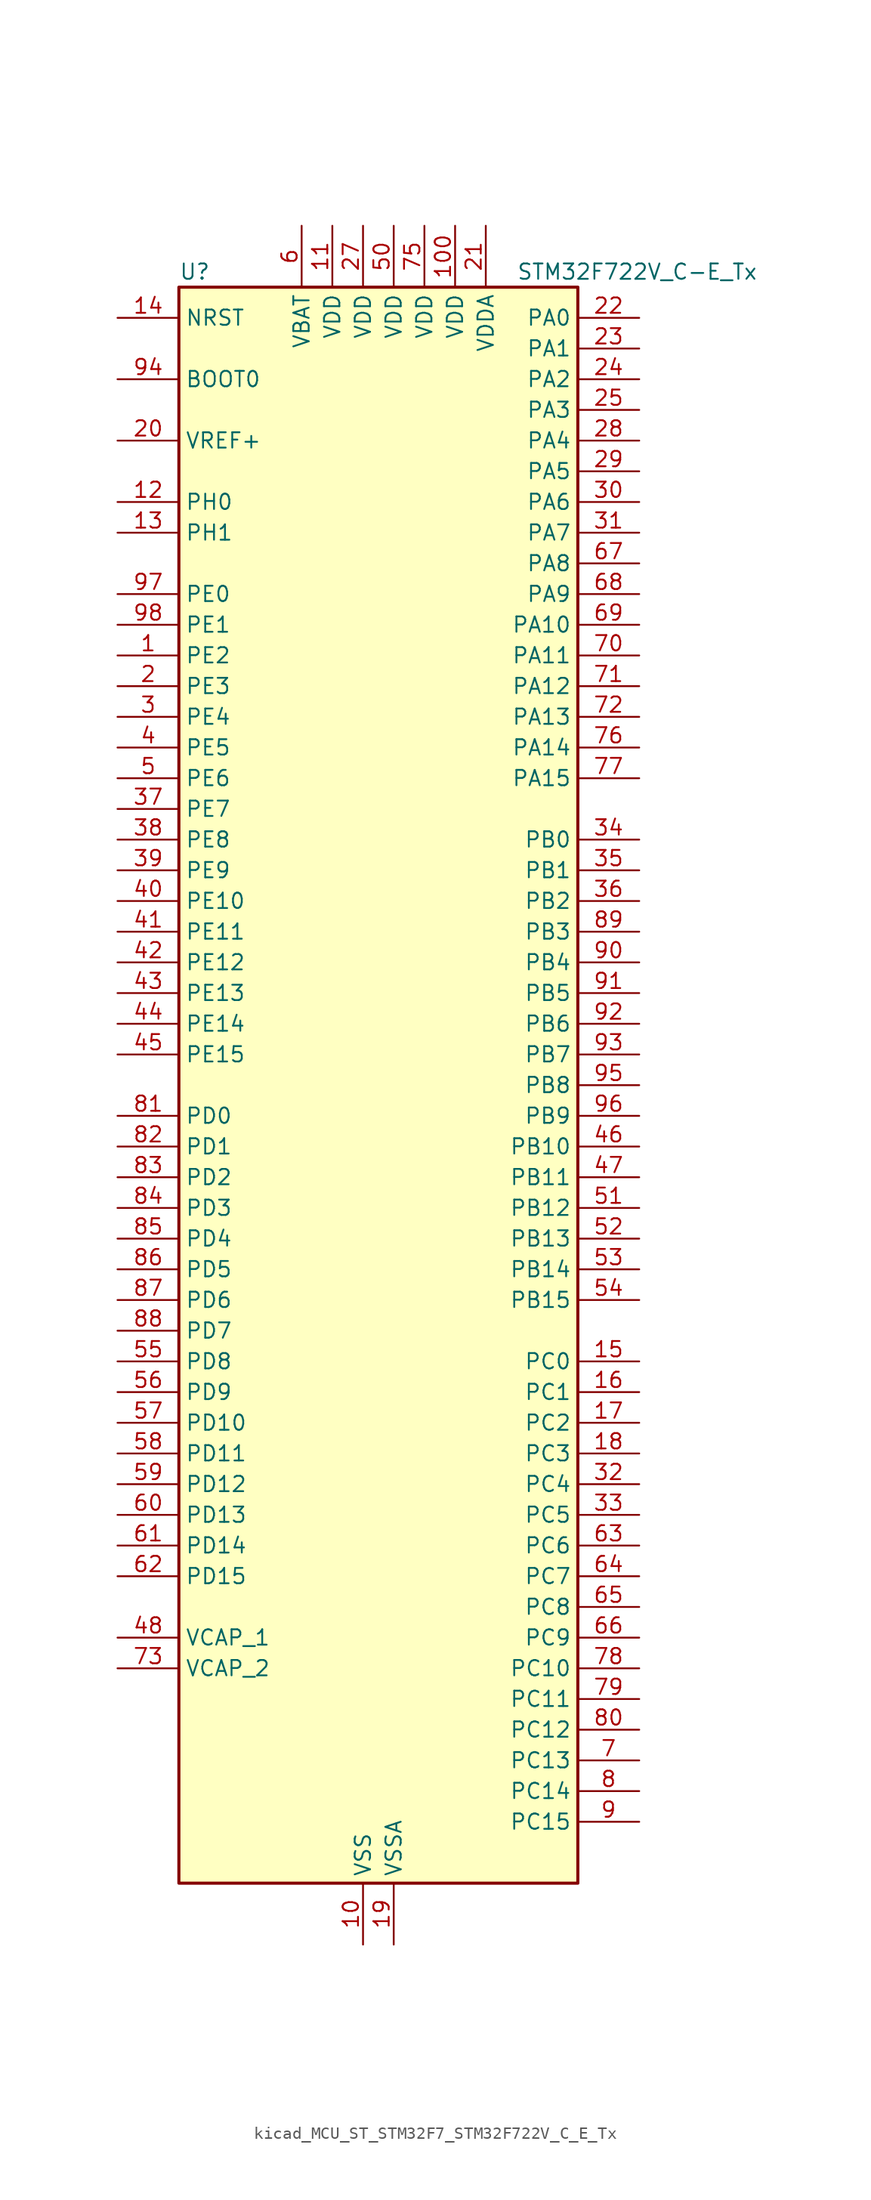
<source format=kicad_sym>
(kicad_symbol_lib
  (version 20220914)
  (generator kicad_symbol_editor)
  (symbol "kicad_MCU_ST_STM32F7_STM32F722V_C_E_Tx"
    (property "Reference" "U"
      (at -15.24 67.31 0)
      (effects (font (size 1.27 1.27)) (justify left)))
    (property "Value" "STM32F722V_C-E_Tx"
      (at 12.7 67.31 0)
      (effects (font (size 1.27 1.27)) (justify left)))
    (property "ki_locked" ""
      (at 0 0 0)
      (effects (font (size 1.27 1.27))))
    (symbol "kicad_MCU_ST_STM32F7_STM32F722V_C_E_Tx_0_1"
      (rectangle (start -15.24 -66.04) (end 17.78 66.04) (stroke (width 0.254) (type default)) (fill (type background))))
    (symbol "kicad_MCU_ST_STM32F7_STM32F722V_C_E_Tx_1_1"
      (pin bidirectional line (at -20.32 35.56 0) (length 5.08) (name "PE2" (effects (font (size 1.27 1.27)))) (number "1" (effects (font (size 1.27 1.27)))) (alternate "FMC_A23" bidirectional line) (alternate "QUADSPI_BK1_IO2" bidirectional line) (alternate "SAI1_MCLK_A" bidirectional line) (alternate "SPI4_SCK" bidirectional line) (alternate "SYS_TRACECLK" bidirectional line))
      (pin power_in line (at 0 -71.12 90) (length 5.08) (name "VSS" (effects (font (size 1.27 1.27)))) (number "10" (effects (font (size 1.27 1.27)))))
      (pin power_in line (at 7.62 71.12 270) (length 5.08) (name "VDD" (effects (font (size 1.27 1.27)))) (number "100" (effects (font (size 1.27 1.27)))))
      (pin power_in line (at -2.54 71.12 270) (length 5.08) (name "VDD" (effects (font (size 1.27 1.27)))) (number "11" (effects (font (size 1.27 1.27)))))
      (pin bidirectional line (at -20.32 48.26 0) (length 5.08) (name "PH0" (effects (font (size 1.27 1.27)))) (number "12" (effects (font (size 1.27 1.27)))) (alternate "RCC_OSC_IN" bidirectional line))
      (pin bidirectional line (at -20.32 45.72 0) (length 5.08) (name "PH1" (effects (font (size 1.27 1.27)))) (number "13" (effects (font (size 1.27 1.27)))) (alternate "RCC_OSC_OUT" bidirectional line))
      (pin input line (at -20.32 63.5 0) (length 5.08) (name "NRST" (effects (font (size 1.27 1.27)))) (number "14" (effects (font (size 1.27 1.27)))))
      (pin bidirectional line (at 22.86 -22.86 180) (length 5.08) (name "PC0" (effects (font (size 1.27 1.27)))) (number "15" (effects (font (size 1.27 1.27)))) (alternate "ADC1_IN10" bidirectional line) (alternate "ADC2_IN10" bidirectional line) (alternate "ADC3_IN10" bidirectional line) (alternate "FMC_SDNWE" bidirectional line) (alternate "SAI2_FS_B" bidirectional line) (alternate "USB_OTG_HS_ULPI_STP" bidirectional line))
      (pin bidirectional line (at 22.86 -25.4 180) (length 5.08) (name "PC1" (effects (font (size 1.27 1.27)))) (number "16" (effects (font (size 1.27 1.27)))) (alternate "ADC1_IN11" bidirectional line) (alternate "ADC2_IN11" bidirectional line) (alternate "ADC3_IN11" bidirectional line) (alternate "I2S2_SD" bidirectional line) (alternate "RTC_TAMP3" bidirectional line) (alternate "RTC_TS" bidirectional line) (alternate "SAI1_SD_A" bidirectional line) (alternate "SPI2_MOSI" bidirectional line) (alternate "SYS_TRACED0" bidirectional line) (alternate "SYS_WKUP3" bidirectional line))
      (pin bidirectional line (at 22.86 -27.94 180) (length 5.08) (name "PC2" (effects (font (size 1.27 1.27)))) (number "17" (effects (font (size 1.27 1.27)))) (alternate "ADC1_IN12" bidirectional line) (alternate "ADC2_IN12" bidirectional line) (alternate "ADC3_IN12" bidirectional line) (alternate "FMC_SDNE0" bidirectional line) (alternate "SPI2_MISO" bidirectional line) (alternate "USB_OTG_HS_ULPI_DIR" bidirectional line))
      (pin bidirectional line (at 22.86 -30.48 180) (length 5.08) (name "PC3" (effects (font (size 1.27 1.27)))) (number "18" (effects (font (size 1.27 1.27)))) (alternate "ADC1_IN13" bidirectional line) (alternate "ADC2_IN13" bidirectional line) (alternate "ADC3_IN13" bidirectional line) (alternate "FMC_SDCKE0" bidirectional line) (alternate "I2S2_SD" bidirectional line) (alternate "SPI2_MOSI" bidirectional line) (alternate "USB_OTG_HS_ULPI_NXT" bidirectional line))
      (pin power_in line (at 2.54 -71.12 90) (length 5.08) (name "VSSA" (effects (font (size 1.27 1.27)))) (number "19" (effects (font (size 1.27 1.27)))))
      (pin bidirectional line (at -20.32 33.02 0) (length 5.08) (name "PE3" (effects (font (size 1.27 1.27)))) (number "2" (effects (font (size 1.27 1.27)))) (alternate "FMC_A19" bidirectional line) (alternate "SAI1_SD_B" bidirectional line) (alternate "SYS_TRACED0" bidirectional line))
      (pin input line (at -20.32 53.34 0) (length 5.08) (name "VREF+" (effects (font (size 1.27 1.27)))) (number "20" (effects (font (size 1.27 1.27)))))
      (pin power_in line (at 10.16 71.12 270) (length 5.08) (name "VDDA" (effects (font (size 1.27 1.27)))) (number "21" (effects (font (size 1.27 1.27)))))
      (pin bidirectional line (at 22.86 63.5 180) (length 5.08) (name "PA0" (effects (font (size 1.27 1.27)))) (number "22" (effects (font (size 1.27 1.27)))) (alternate "ADC1_IN0" bidirectional line) (alternate "ADC2_IN0" bidirectional line) (alternate "ADC3_IN0" bidirectional line) (alternate "SAI2_SD_B" bidirectional line) (alternate "SYS_WKUP1" bidirectional line) (alternate "TIM2_CH1" bidirectional line) (alternate "TIM2_ETR" bidirectional line) (alternate "TIM5_CH1" bidirectional line) (alternate "TIM8_ETR" bidirectional line) (alternate "UART4_TX" bidirectional line) (alternate "USART2_CTS" bidirectional line))
      (pin bidirectional line (at 22.86 60.96 180) (length 5.08) (name "PA1" (effects (font (size 1.27 1.27)))) (number "23" (effects (font (size 1.27 1.27)))) (alternate "ADC1_IN1" bidirectional line) (alternate "ADC2_IN1" bidirectional line) (alternate "ADC3_IN1" bidirectional line) (alternate "QUADSPI_BK1_IO3" bidirectional line) (alternate "SAI2_MCLK_B" bidirectional line) (alternate "TIM2_CH2" bidirectional line) (alternate "TIM5_CH2" bidirectional line) (alternate "UART4_RX" bidirectional line) (alternate "USART2_DE" bidirectional line) (alternate "USART2_RTS" bidirectional line))
      (pin bidirectional line (at 22.86 58.42 180) (length 5.08) (name "PA2" (effects (font (size 1.27 1.27)))) (number "24" (effects (font (size 1.27 1.27)))) (alternate "ADC1_IN2" bidirectional line) (alternate "ADC2_IN2" bidirectional line) (alternate "ADC3_IN2" bidirectional line) (alternate "SAI2_SCK_B" bidirectional line) (alternate "SYS_WKUP2" bidirectional line) (alternate "TIM2_CH3" bidirectional line) (alternate "TIM5_CH3" bidirectional line) (alternate "TIM9_CH1" bidirectional line) (alternate "USART2_TX" bidirectional line))
      (pin bidirectional line (at 22.86 55.88 180) (length 5.08) (name "PA3" (effects (font (size 1.27 1.27)))) (number "25" (effects (font (size 1.27 1.27)))) (alternate "ADC1_IN3" bidirectional line) (alternate "ADC2_IN3" bidirectional line) (alternate "ADC3_IN3" bidirectional line) (alternate "TIM2_CH4" bidirectional line) (alternate "TIM5_CH4" bidirectional line) (alternate "TIM9_CH2" bidirectional line) (alternate "USART2_RX" bidirectional line) (alternate "USB_OTG_HS_ULPI_D0" bidirectional line))
      (pin passive line (at 0 -71.12 90) (length 5.08) hide (name "VSS" (effects (font (size 1.27 1.27)))) (number "26" (effects (font (size 1.27 1.27)))))
      (pin power_in line (at 0 71.12 270) (length 5.08) (name "VDD" (effects (font (size 1.27 1.27)))) (number "27" (effects (font (size 1.27 1.27)))))
      (pin bidirectional line (at 22.86 53.34 180) (length 5.08) (name "PA4" (effects (font (size 1.27 1.27)))) (number "28" (effects (font (size 1.27 1.27)))) (alternate "ADC1_IN4" bidirectional line) (alternate "ADC2_IN4" bidirectional line) (alternate "DAC_OUT1" bidirectional line) (alternate "I2S1_WS" bidirectional line) (alternate "I2S3_WS" bidirectional line) (alternate "SPI1_NSS" bidirectional line) (alternate "SPI3_NSS" bidirectional line) (alternate "USART2_CK" bidirectional line) (alternate "USB_OTG_HS_SOF" bidirectional line))
      (pin bidirectional line (at 22.86 50.8 180) (length 5.08) (name "PA5" (effects (font (size 1.27 1.27)))) (number "29" (effects (font (size 1.27 1.27)))) (alternate "ADC1_IN5" bidirectional line) (alternate "ADC2_IN5" bidirectional line) (alternate "DAC_OUT2" bidirectional line) (alternate "I2S1_CK" bidirectional line) (alternate "SPI1_SCK" bidirectional line) (alternate "TIM2_CH1" bidirectional line) (alternate "TIM2_ETR" bidirectional line) (alternate "TIM8_CH1N" bidirectional line) (alternate "USB_OTG_HS_ULPI_CK" bidirectional line))
      (pin bidirectional line (at -20.32 30.48 0) (length 5.08) (name "PE4" (effects (font (size 1.27 1.27)))) (number "3" (effects (font (size 1.27 1.27)))) (alternate "FMC_A20" bidirectional line) (alternate "SAI1_FS_A" bidirectional line) (alternate "SPI4_NSS" bidirectional line) (alternate "SYS_TRACED1" bidirectional line))
      (pin bidirectional line (at 22.86 48.26 180) (length 5.08) (name "PA6" (effects (font (size 1.27 1.27)))) (number "30" (effects (font (size 1.27 1.27)))) (alternate "ADC1_IN6" bidirectional line) (alternate "ADC2_IN6" bidirectional line) (alternate "SPI1_MISO" bidirectional line) (alternate "TIM13_CH1" bidirectional line) (alternate "TIM1_BKIN" bidirectional line) (alternate "TIM3_CH1" bidirectional line) (alternate "TIM8_BKIN" bidirectional line))
      (pin bidirectional line (at 22.86 45.72 180) (length 5.08) (name "PA7" (effects (font (size 1.27 1.27)))) (number "31" (effects (font (size 1.27 1.27)))) (alternate "ADC1_IN7" bidirectional line) (alternate "ADC2_IN7" bidirectional line) (alternate "FMC_SDNWE" bidirectional line) (alternate "I2S1_SD" bidirectional line) (alternate "SPI1_MOSI" bidirectional line) (alternate "TIM14_CH1" bidirectional line) (alternate "TIM1_CH1N" bidirectional line) (alternate "TIM3_CH2" bidirectional line) (alternate "TIM8_CH1N" bidirectional line))
      (pin bidirectional line (at 22.86 -33.02 180) (length 5.08) (name "PC4" (effects (font (size 1.27 1.27)))) (number "32" (effects (font (size 1.27 1.27)))) (alternate "ADC1_IN14" bidirectional line) (alternate "ADC2_IN14" bidirectional line) (alternate "FMC_SDNE0" bidirectional line) (alternate "I2S1_MCK" bidirectional line))
      (pin bidirectional line (at 22.86 -35.56 180) (length 5.08) (name "PC5" (effects (font (size 1.27 1.27)))) (number "33" (effects (font (size 1.27 1.27)))) (alternate "ADC1_IN15" bidirectional line) (alternate "ADC2_IN15" bidirectional line) (alternate "FMC_SDCKE0" bidirectional line))
      (pin bidirectional line (at 22.86 20.32 180) (length 5.08) (name "PB0" (effects (font (size 1.27 1.27)))) (number "34" (effects (font (size 1.27 1.27)))) (alternate "ADC1_IN8" bidirectional line) (alternate "ADC2_IN8" bidirectional line) (alternate "TIM1_CH2N" bidirectional line) (alternate "TIM3_CH3" bidirectional line) (alternate "TIM8_CH2N" bidirectional line) (alternate "UART4_CTS" bidirectional line) (alternate "USB_OTG_HS_ULPI_D1" bidirectional line))
      (pin bidirectional line (at 22.86 17.78 180) (length 5.08) (name "PB1" (effects (font (size 1.27 1.27)))) (number "35" (effects (font (size 1.27 1.27)))) (alternate "ADC1_IN9" bidirectional line) (alternate "ADC2_IN9" bidirectional line) (alternate "TIM1_CH3N" bidirectional line) (alternate "TIM3_CH4" bidirectional line) (alternate "TIM8_CH3N" bidirectional line) (alternate "USB_OTG_HS_ULPI_D2" bidirectional line))
      (pin bidirectional line (at 22.86 15.24 180) (length 5.08) (name "PB2" (effects (font (size 1.27 1.27)))) (number "36" (effects (font (size 1.27 1.27)))) (alternate "I2S3_SD" bidirectional line) (alternate "QUADSPI_CLK" bidirectional line) (alternate "SAI1_SD_A" bidirectional line) (alternate "SPI3_MOSI" bidirectional line))
      (pin bidirectional line (at -20.32 22.86 0) (length 5.08) (name "PE7" (effects (font (size 1.27 1.27)))) (number "37" (effects (font (size 1.27 1.27)))) (alternate "FMC_D4" bidirectional line) (alternate "FMC_DA4" bidirectional line) (alternate "QUADSPI_BK2_IO0" bidirectional line) (alternate "TIM1_ETR" bidirectional line) (alternate "UART7_RX" bidirectional line))
      (pin bidirectional line (at -20.32 20.32 0) (length 5.08) (name "PE8" (effects (font (size 1.27 1.27)))) (number "38" (effects (font (size 1.27 1.27)))) (alternate "FMC_D5" bidirectional line) (alternate "FMC_DA5" bidirectional line) (alternate "QUADSPI_BK2_IO1" bidirectional line) (alternate "TIM1_CH1N" bidirectional line) (alternate "UART7_TX" bidirectional line))
      (pin bidirectional line (at -20.32 17.78 0) (length 5.08) (name "PE9" (effects (font (size 1.27 1.27)))) (number "39" (effects (font (size 1.27 1.27)))) (alternate "DAC_EXTI9" bidirectional line) (alternate "FMC_D6" bidirectional line) (alternate "FMC_DA6" bidirectional line) (alternate "QUADSPI_BK2_IO2" bidirectional line) (alternate "TIM1_CH1" bidirectional line) (alternate "UART7_DE" bidirectional line) (alternate "UART7_RTS" bidirectional line))
      (pin bidirectional line (at -20.32 27.94 0) (length 5.08) (name "PE5" (effects (font (size 1.27 1.27)))) (number "4" (effects (font (size 1.27 1.27)))) (alternate "FMC_A21" bidirectional line) (alternate "SAI1_SCK_A" bidirectional line) (alternate "SPI4_MISO" bidirectional line) (alternate "SYS_TRACED2" bidirectional line) (alternate "TIM9_CH1" bidirectional line))
      (pin bidirectional line (at -20.32 15.24 0) (length 5.08) (name "PE10" (effects (font (size 1.27 1.27)))) (number "40" (effects (font (size 1.27 1.27)))) (alternate "FMC_D7" bidirectional line) (alternate "FMC_DA7" bidirectional line) (alternate "QUADSPI_BK2_IO3" bidirectional line) (alternate "TIM1_CH2N" bidirectional line) (alternate "UART7_CTS" bidirectional line))
      (pin bidirectional line (at -20.32 12.7 0) (length 5.08) (name "PE11" (effects (font (size 1.27 1.27)))) (number "41" (effects (font (size 1.27 1.27)))) (alternate "ADC1_EXTI11" bidirectional line) (alternate "ADC2_EXTI11" bidirectional line) (alternate "ADC3_EXTI11" bidirectional line) (alternate "FMC_D8" bidirectional line) (alternate "FMC_DA8" bidirectional line) (alternate "SAI2_SD_B" bidirectional line) (alternate "SPI4_NSS" bidirectional line) (alternate "TIM1_CH2" bidirectional line))
      (pin bidirectional line (at -20.32 10.16 0) (length 5.08) (name "PE12" (effects (font (size 1.27 1.27)))) (number "42" (effects (font (size 1.27 1.27)))) (alternate "FMC_D9" bidirectional line) (alternate "FMC_DA9" bidirectional line) (alternate "SAI2_SCK_B" bidirectional line) (alternate "SPI4_SCK" bidirectional line) (alternate "TIM1_CH3N" bidirectional line))
      (pin bidirectional line (at -20.32 7.62 0) (length 5.08) (name "PE13" (effects (font (size 1.27 1.27)))) (number "43" (effects (font (size 1.27 1.27)))) (alternate "FMC_D10" bidirectional line) (alternate "FMC_DA10" bidirectional line) (alternate "SAI2_FS_B" bidirectional line) (alternate "SPI4_MISO" bidirectional line) (alternate "TIM1_CH3" bidirectional line))
      (pin bidirectional line (at -20.32 5.08 0) (length 5.08) (name "PE14" (effects (font (size 1.27 1.27)))) (number "44" (effects (font (size 1.27 1.27)))) (alternate "FMC_D11" bidirectional line) (alternate "FMC_DA11" bidirectional line) (alternate "SAI2_MCLK_B" bidirectional line) (alternate "SPI4_MOSI" bidirectional line) (alternate "TIM1_CH4" bidirectional line))
      (pin bidirectional line (at -20.32 2.54 0) (length 5.08) (name "PE15" (effects (font (size 1.27 1.27)))) (number "45" (effects (font (size 1.27 1.27)))) (alternate "FMC_D12" bidirectional line) (alternate "FMC_DA12" bidirectional line) (alternate "TIM1_BKIN" bidirectional line))
      (pin bidirectional line (at 22.86 -5.08 180) (length 5.08) (name "PB10" (effects (font (size 1.27 1.27)))) (number "46" (effects (font (size 1.27 1.27)))) (alternate "I2C2_SCL" bidirectional line) (alternate "I2S2_CK" bidirectional line) (alternate "SPI2_SCK" bidirectional line) (alternate "TIM2_CH3" bidirectional line) (alternate "USART3_TX" bidirectional line) (alternate "USB_OTG_HS_ULPI_D3" bidirectional line))
      (pin bidirectional line (at 22.86 -7.62 180) (length 5.08) (name "PB11" (effects (font (size 1.27 1.27)))) (number "47" (effects (font (size 1.27 1.27)))) (alternate "ADC1_EXTI11" bidirectional line) (alternate "ADC2_EXTI11" bidirectional line) (alternate "ADC3_EXTI11" bidirectional line) (alternate "I2C2_SDA" bidirectional line) (alternate "TIM2_CH4" bidirectional line) (alternate "USART3_RX" bidirectional line) (alternate "USB_OTG_HS_ULPI_D4" bidirectional line))
      (pin power_out line (at -20.32 -45.72 0) (length 5.08) (name "VCAP_1" (effects (font (size 1.27 1.27)))) (number "48" (effects (font (size 1.27 1.27)))))
      (pin passive line (at 0 -71.12 90) (length 5.08) hide (name "VSS" (effects (font (size 1.27 1.27)))) (number "49" (effects (font (size 1.27 1.27)))))
      (pin bidirectional line (at -20.32 25.4 0) (length 5.08) (name "PE6" (effects (font (size 1.27 1.27)))) (number "5" (effects (font (size 1.27 1.27)))) (alternate "FMC_A22" bidirectional line) (alternate "SAI1_SD_A" bidirectional line) (alternate "SAI2_MCLK_B" bidirectional line) (alternate "SPI4_MOSI" bidirectional line) (alternate "SYS_TRACED3" bidirectional line) (alternate "TIM1_BKIN2" bidirectional line) (alternate "TIM9_CH2" bidirectional line))
      (pin power_in line (at 2.54 71.12 270) (length 5.08) (name "VDD" (effects (font (size 1.27 1.27)))) (number "50" (effects (font (size 1.27 1.27)))))
      (pin bidirectional line (at 22.86 -10.16 180) (length 5.08) (name "PB12" (effects (font (size 1.27 1.27)))) (number "51" (effects (font (size 1.27 1.27)))) (alternate "I2C2_SMBA" bidirectional line) (alternate "I2S2_WS" bidirectional line) (alternate "SPI2_NSS" bidirectional line) (alternate "TIM1_BKIN" bidirectional line) (alternate "USART3_CK" bidirectional line) (alternate "USB_OTG_HS_ID" bidirectional line) (alternate "USB_OTG_HS_ULPI_D5" bidirectional line))
      (pin bidirectional line (at 22.86 -12.7 180) (length 5.08) (name "PB13" (effects (font (size 1.27 1.27)))) (number "52" (effects (font (size 1.27 1.27)))) (alternate "I2S2_CK" bidirectional line) (alternate "SPI2_SCK" bidirectional line) (alternate "TIM1_CH1N" bidirectional line) (alternate "USART3_CTS" bidirectional line) (alternate "USB_OTG_HS_ULPI_D6" bidirectional line) (alternate "USB_OTG_HS_VBUS" bidirectional line))
      (pin bidirectional line (at 22.86 -15.24 180) (length 5.08) (name "PB14" (effects (font (size 1.27 1.27)))) (number "53" (effects (font (size 1.27 1.27)))) (alternate "SDMMC2_D0" bidirectional line) (alternate "SPI2_MISO" bidirectional line) (alternate "TIM12_CH1" bidirectional line) (alternate "TIM1_CH2N" bidirectional line) (alternate "TIM8_CH2N" bidirectional line) (alternate "USART3_DE" bidirectional line) (alternate "USART3_RTS" bidirectional line) (alternate "USB_OTG_HS_DM" bidirectional line))
      (pin bidirectional line (at 22.86 -17.78 180) (length 5.08) (name "PB15" (effects (font (size 1.27 1.27)))) (number "54" (effects (font (size 1.27 1.27)))) (alternate "I2S2_SD" bidirectional line) (alternate "RTC_REFIN" bidirectional line) (alternate "SDMMC2_D1" bidirectional line) (alternate "SPI2_MOSI" bidirectional line) (alternate "TIM12_CH2" bidirectional line) (alternate "TIM1_CH3N" bidirectional line) (alternate "TIM8_CH3N" bidirectional line) (alternate "USB_OTG_HS_DP" bidirectional line))
      (pin bidirectional line (at -20.32 -22.86 0) (length 5.08) (name "PD8" (effects (font (size 1.27 1.27)))) (number "55" (effects (font (size 1.27 1.27)))) (alternate "FMC_D13" bidirectional line) (alternate "FMC_DA13" bidirectional line) (alternate "USART3_TX" bidirectional line))
      (pin bidirectional line (at -20.32 -25.4 0) (length 5.08) (name "PD9" (effects (font (size 1.27 1.27)))) (number "56" (effects (font (size 1.27 1.27)))) (alternate "DAC_EXTI9" bidirectional line) (alternate "FMC_D14" bidirectional line) (alternate "FMC_DA14" bidirectional line) (alternate "USART3_RX" bidirectional line))
      (pin bidirectional line (at -20.32 -27.94 0) (length 5.08) (name "PD10" (effects (font (size 1.27 1.27)))) (number "57" (effects (font (size 1.27 1.27)))) (alternate "FMC_D15" bidirectional line) (alternate "FMC_DA15" bidirectional line) (alternate "USART3_CK" bidirectional line))
      (pin bidirectional line (at -20.32 -30.48 0) (length 5.08) (name "PD11" (effects (font (size 1.27 1.27)))) (number "58" (effects (font (size 1.27 1.27)))) (alternate "ADC1_EXTI11" bidirectional line) (alternate "ADC2_EXTI11" bidirectional line) (alternate "ADC3_EXTI11" bidirectional line) (alternate "FMC_A16" bidirectional line) (alternate "FMC_CLE" bidirectional line) (alternate "QUADSPI_BK1_IO0" bidirectional line) (alternate "SAI2_SD_A" bidirectional line) (alternate "USART3_CTS" bidirectional line))
      (pin bidirectional line (at -20.32 -33.02 0) (length 5.08) (name "PD12" (effects (font (size 1.27 1.27)))) (number "59" (effects (font (size 1.27 1.27)))) (alternate "FMC_A17" bidirectional line) (alternate "FMC_ALE" bidirectional line) (alternate "LPTIM1_IN1" bidirectional line) (alternate "QUADSPI_BK1_IO1" bidirectional line) (alternate "SAI2_FS_A" bidirectional line) (alternate "TIM4_CH1" bidirectional line) (alternate "USART3_DE" bidirectional line) (alternate "USART3_RTS" bidirectional line))
      (pin power_in line (at -5.08 71.12 270) (length 5.08) (name "VBAT" (effects (font (size 1.27 1.27)))) (number "6" (effects (font (size 1.27 1.27)))))
      (pin bidirectional line (at -20.32 -35.56 0) (length 5.08) (name "PD13" (effects (font (size 1.27 1.27)))) (number "60" (effects (font (size 1.27 1.27)))) (alternate "FMC_A18" bidirectional line) (alternate "LPTIM1_OUT" bidirectional line) (alternate "QUADSPI_BK1_IO3" bidirectional line) (alternate "SAI2_SCK_A" bidirectional line) (alternate "TIM4_CH2" bidirectional line))
      (pin bidirectional line (at -20.32 -38.1 0) (length 5.08) (name "PD14" (effects (font (size 1.27 1.27)))) (number "61" (effects (font (size 1.27 1.27)))) (alternate "FMC_D0" bidirectional line) (alternate "FMC_DA0" bidirectional line) (alternate "TIM4_CH3" bidirectional line) (alternate "UART8_CTS" bidirectional line))
      (pin bidirectional line (at -20.32 -40.64 0) (length 5.08) (name "PD15" (effects (font (size 1.27 1.27)))) (number "62" (effects (font (size 1.27 1.27)))) (alternate "FMC_D1" bidirectional line) (alternate "FMC_DA1" bidirectional line) (alternate "TIM4_CH4" bidirectional line) (alternate "UART8_DE" bidirectional line) (alternate "UART8_RTS" bidirectional line))
      (pin bidirectional line (at 22.86 -38.1 180) (length 5.08) (name "PC6" (effects (font (size 1.27 1.27)))) (number "63" (effects (font (size 1.27 1.27)))) (alternate "I2S2_MCK" bidirectional line) (alternate "SDMMC1_D6" bidirectional line) (alternate "SDMMC2_D6" bidirectional line) (alternate "TIM3_CH1" bidirectional line) (alternate "TIM8_CH1" bidirectional line) (alternate "USART6_TX" bidirectional line))
      (pin bidirectional line (at 22.86 -40.64 180) (length 5.08) (name "PC7" (effects (font (size 1.27 1.27)))) (number "64" (effects (font (size 1.27 1.27)))) (alternate "I2S3_MCK" bidirectional line) (alternate "SDMMC1_D7" bidirectional line) (alternate "SDMMC2_D7" bidirectional line) (alternate "TIM3_CH2" bidirectional line) (alternate "TIM8_CH2" bidirectional line) (alternate "USART6_RX" bidirectional line))
      (pin bidirectional line (at 22.86 -43.18 180) (length 5.08) (name "PC8" (effects (font (size 1.27 1.27)))) (number "65" (effects (font (size 1.27 1.27)))) (alternate "SDMMC1_D0" bidirectional line) (alternate "SYS_TRACED1" bidirectional line) (alternate "TIM3_CH3" bidirectional line) (alternate "TIM8_CH3" bidirectional line) (alternate "UART5_DE" bidirectional line) (alternate "UART5_RTS" bidirectional line) (alternate "USART6_CK" bidirectional line))
      (pin bidirectional line (at 22.86 -45.72 180) (length 5.08) (name "PC9" (effects (font (size 1.27 1.27)))) (number "66" (effects (font (size 1.27 1.27)))) (alternate "DAC_EXTI9" bidirectional line) (alternate "I2C3_SDA" bidirectional line) (alternate "I2S_CKIN" bidirectional line) (alternate "QUADSPI_BK1_IO0" bidirectional line) (alternate "RCC_MCO_2" bidirectional line) (alternate "SDMMC1_D1" bidirectional line) (alternate "TIM3_CH4" bidirectional line) (alternate "TIM8_CH4" bidirectional line) (alternate "UART5_CTS" bidirectional line))
      (pin bidirectional line (at 22.86 43.18 180) (length 5.08) (name "PA8" (effects (font (size 1.27 1.27)))) (number "67" (effects (font (size 1.27 1.27)))) (alternate "I2C3_SCL" bidirectional line) (alternate "RCC_MCO_1" bidirectional line) (alternate "TIM1_CH1" bidirectional line) (alternate "TIM8_BKIN2" bidirectional line) (alternate "USART1_CK" bidirectional line) (alternate "USB_OTG_FS_SOF" bidirectional line))
      (pin bidirectional line (at 22.86 40.64 180) (length 5.08) (name "PA9" (effects (font (size 1.27 1.27)))) (number "68" (effects (font (size 1.27 1.27)))) (alternate "DAC_EXTI9" bidirectional line) (alternate "I2C3_SMBA" bidirectional line) (alternate "I2S2_CK" bidirectional line) (alternate "SPI2_SCK" bidirectional line) (alternate "TIM1_CH2" bidirectional line) (alternate "USART1_TX" bidirectional line) (alternate "USB_OTG_FS_VBUS" bidirectional line))
      (pin bidirectional line (at 22.86 38.1 180) (length 5.08) (name "PA10" (effects (font (size 1.27 1.27)))) (number "69" (effects (font (size 1.27 1.27)))) (alternate "TIM1_CH3" bidirectional line) (alternate "USART1_RX" bidirectional line) (alternate "USB_OTG_FS_ID" bidirectional line))
      (pin bidirectional line (at 22.86 -55.88 180) (length 5.08) (name "PC13" (effects (font (size 1.27 1.27)))) (number "7" (effects (font (size 1.27 1.27)))) (alternate "RTC_OUT" bidirectional line) (alternate "RTC_TAMP1" bidirectional line) (alternate "RTC_TS" bidirectional line) (alternate "SYS_WKUP4" bidirectional line))
      (pin bidirectional line (at 22.86 35.56 180) (length 5.08) (name "PA11" (effects (font (size 1.27 1.27)))) (number "70" (effects (font (size 1.27 1.27)))) (alternate "ADC1_EXTI11" bidirectional line) (alternate "ADC2_EXTI11" bidirectional line) (alternate "ADC3_EXTI11" bidirectional line) (alternate "CAN1_RX" bidirectional line) (alternate "TIM1_CH4" bidirectional line) (alternate "USART1_CTS" bidirectional line) (alternate "USB_OTG_FS_DM" bidirectional line))
      (pin bidirectional line (at 22.86 33.02 180) (length 5.08) (name "PA12" (effects (font (size 1.27 1.27)))) (number "71" (effects (font (size 1.27 1.27)))) (alternate "CAN1_TX" bidirectional line) (alternate "SAI2_FS_B" bidirectional line) (alternate "TIM1_ETR" bidirectional line) (alternate "USART1_DE" bidirectional line) (alternate "USART1_RTS" bidirectional line) (alternate "USB_OTG_FS_DP" bidirectional line))
      (pin bidirectional line (at 22.86 30.48 180) (length 5.08) (name "PA13" (effects (font (size 1.27 1.27)))) (number "72" (effects (font (size 1.27 1.27)))) (alternate "SYS_JTMS-SWDIO" bidirectional line))
      (pin power_out line (at -20.32 -48.26 0) (length 5.08) (name "VCAP_2" (effects (font (size 1.27 1.27)))) (number "73" (effects (font (size 1.27 1.27)))))
      (pin passive line (at 0 -71.12 90) (length 5.08) hide (name "VSS" (effects (font (size 1.27 1.27)))) (number "74" (effects (font (size 1.27 1.27)))))
      (pin power_in line (at 5.08 71.12 270) (length 5.08) (name "VDD" (effects (font (size 1.27 1.27)))) (number "75" (effects (font (size 1.27 1.27)))))
      (pin bidirectional line (at 22.86 27.94 180) (length 5.08) (name "PA14" (effects (font (size 1.27 1.27)))) (number "76" (effects (font (size 1.27 1.27)))) (alternate "SYS_JTCK-SWCLK" bidirectional line))
      (pin bidirectional line (at 22.86 25.4 180) (length 5.08) (name "PA15" (effects (font (size 1.27 1.27)))) (number "77" (effects (font (size 1.27 1.27)))) (alternate "I2S1_WS" bidirectional line) (alternate "I2S3_WS" bidirectional line) (alternate "SPI1_NSS" bidirectional line) (alternate "SPI3_NSS" bidirectional line) (alternate "SYS_JTDI" bidirectional line) (alternate "TIM2_CH1" bidirectional line) (alternate "TIM2_ETR" bidirectional line) (alternate "UART4_DE" bidirectional line) (alternate "UART4_RTS" bidirectional line))
      (pin bidirectional line (at 22.86 -48.26 180) (length 5.08) (name "PC10" (effects (font (size 1.27 1.27)))) (number "78" (effects (font (size 1.27 1.27)))) (alternate "I2S3_CK" bidirectional line) (alternate "QUADSPI_BK1_IO1" bidirectional line) (alternate "SDMMC1_D2" bidirectional line) (alternate "SPI3_SCK" bidirectional line) (alternate "UART4_TX" bidirectional line) (alternate "USART3_TX" bidirectional line))
      (pin bidirectional line (at 22.86 -50.8 180) (length 5.08) (name "PC11" (effects (font (size 1.27 1.27)))) (number "79" (effects (font (size 1.27 1.27)))) (alternate "ADC1_EXTI11" bidirectional line) (alternate "ADC2_EXTI11" bidirectional line) (alternate "ADC3_EXTI11" bidirectional line) (alternate "QUADSPI_BK2_NCS" bidirectional line) (alternate "SDMMC1_D3" bidirectional line) (alternate "SPI3_MISO" bidirectional line) (alternate "UART4_RX" bidirectional line) (alternate "USART3_RX" bidirectional line))
      (pin bidirectional line (at 22.86 -58.42 180) (length 5.08) (name "PC14" (effects (font (size 1.27 1.27)))) (number "8" (effects (font (size 1.27 1.27)))) (alternate "RCC_OSC32_IN" bidirectional line))
      (pin bidirectional line (at 22.86 -53.34 180) (length 5.08) (name "PC12" (effects (font (size 1.27 1.27)))) (number "80" (effects (font (size 1.27 1.27)))) (alternate "I2S3_SD" bidirectional line) (alternate "SDMMC1_CK" bidirectional line) (alternate "SPI3_MOSI" bidirectional line) (alternate "SYS_TRACED3" bidirectional line) (alternate "UART5_TX" bidirectional line) (alternate "USART3_CK" bidirectional line))
      (pin bidirectional line (at -20.32 -2.54 0) (length 5.08) (name "PD0" (effects (font (size 1.27 1.27)))) (number "81" (effects (font (size 1.27 1.27)))) (alternate "CAN1_RX" bidirectional line) (alternate "FMC_D2" bidirectional line) (alternate "FMC_DA2" bidirectional line))
      (pin bidirectional line (at -20.32 -5.08 0) (length 5.08) (name "PD1" (effects (font (size 1.27 1.27)))) (number "82" (effects (font (size 1.27 1.27)))) (alternate "CAN1_TX" bidirectional line) (alternate "FMC_D3" bidirectional line) (alternate "FMC_DA3" bidirectional line))
      (pin bidirectional line (at -20.32 -7.62 0) (length 5.08) (name "PD2" (effects (font (size 1.27 1.27)))) (number "83" (effects (font (size 1.27 1.27)))) (alternate "SDMMC1_CMD" bidirectional line) (alternate "SYS_TRACED2" bidirectional line) (alternate "TIM3_ETR" bidirectional line) (alternate "UART5_RX" bidirectional line))
      (pin bidirectional line (at -20.32 -10.16 0) (length 5.08) (name "PD3" (effects (font (size 1.27 1.27)))) (number "84" (effects (font (size 1.27 1.27)))) (alternate "FMC_CLK" bidirectional line) (alternate "I2S2_CK" bidirectional line) (alternate "SPI2_SCK" bidirectional line) (alternate "USART2_CTS" bidirectional line))
      (pin bidirectional line (at -20.32 -12.7 0) (length 5.08) (name "PD4" (effects (font (size 1.27 1.27)))) (number "85" (effects (font (size 1.27 1.27)))) (alternate "FMC_NOE" bidirectional line) (alternate "USART2_DE" bidirectional line) (alternate "USART2_RTS" bidirectional line))
      (pin bidirectional line (at -20.32 -15.24 0) (length 5.08) (name "PD5" (effects (font (size 1.27 1.27)))) (number "86" (effects (font (size 1.27 1.27)))) (alternate "FMC_NWE" bidirectional line) (alternate "USART2_TX" bidirectional line))
      (pin bidirectional line (at -20.32 -17.78 0) (length 5.08) (name "PD6" (effects (font (size 1.27 1.27)))) (number "87" (effects (font (size 1.27 1.27)))) (alternate "FMC_NWAIT" bidirectional line) (alternate "I2S3_SD" bidirectional line) (alternate "SAI1_SD_A" bidirectional line) (alternate "SDMMC2_CK" bidirectional line) (alternate "SPI3_MOSI" bidirectional line) (alternate "USART2_RX" bidirectional line))
      (pin bidirectional line (at -20.32 -20.32 0) (length 5.08) (name "PD7" (effects (font (size 1.27 1.27)))) (number "88" (effects (font (size 1.27 1.27)))) (alternate "FMC_NE1" bidirectional line) (alternate "SDMMC2_CMD" bidirectional line) (alternate "USART2_CK" bidirectional line))
      (pin bidirectional line (at 22.86 12.7 180) (length 5.08) (name "PB3" (effects (font (size 1.27 1.27)))) (number "89" (effects (font (size 1.27 1.27)))) (alternate "I2S1_CK" bidirectional line) (alternate "I2S3_CK" bidirectional line) (alternate "SDMMC2_D2" bidirectional line) (alternate "SPI1_SCK" bidirectional line) (alternate "SPI3_SCK" bidirectional line) (alternate "SYS_JTDO-SWO" bidirectional line) (alternate "TIM2_CH2" bidirectional line))
      (pin bidirectional line (at 22.86 -60.96 180) (length 5.08) (name "PC15" (effects (font (size 1.27 1.27)))) (number "9" (effects (font (size 1.27 1.27)))) (alternate "RCC_OSC32_OUT" bidirectional line))
      (pin bidirectional line (at 22.86 10.16 180) (length 5.08) (name "PB4" (effects (font (size 1.27 1.27)))) (number "90" (effects (font (size 1.27 1.27)))) (alternate "I2S2_WS" bidirectional line) (alternate "SDMMC2_D3" bidirectional line) (alternate "SPI1_MISO" bidirectional line) (alternate "SPI2_NSS" bidirectional line) (alternate "SPI3_MISO" bidirectional line) (alternate "SYS_JTRST" bidirectional line) (alternate "TIM3_CH1" bidirectional line))
      (pin bidirectional line (at 22.86 7.62 180) (length 5.08) (name "PB5" (effects (font (size 1.27 1.27)))) (number "91" (effects (font (size 1.27 1.27)))) (alternate "FMC_SDCKE1" bidirectional line) (alternate "I2C1_SMBA" bidirectional line) (alternate "I2S1_SD" bidirectional line) (alternate "I2S3_SD" bidirectional line) (alternate "SPI1_MOSI" bidirectional line) (alternate "SPI3_MOSI" bidirectional line) (alternate "TIM3_CH2" bidirectional line) (alternate "USB_OTG_HS_ULPI_D7" bidirectional line))
      (pin bidirectional line (at 22.86 5.08 180) (length 5.08) (name "PB6" (effects (font (size 1.27 1.27)))) (number "92" (effects (font (size 1.27 1.27)))) (alternate "FMC_SDNE1" bidirectional line) (alternate "I2C1_SCL" bidirectional line) (alternate "QUADSPI_BK1_NCS" bidirectional line) (alternate "TIM4_CH1" bidirectional line) (alternate "USART1_TX" bidirectional line))
      (pin bidirectional line (at 22.86 2.54 180) (length 5.08) (name "PB7" (effects (font (size 1.27 1.27)))) (number "93" (effects (font (size 1.27 1.27)))) (alternate "FMC_NL" bidirectional line) (alternate "I2C1_SDA" bidirectional line) (alternate "TIM4_CH2" bidirectional line) (alternate "USART1_RX" bidirectional line))
      (pin input line (at -20.32 58.42 0) (length 5.08) (name "BOOT0" (effects (font (size 1.27 1.27)))) (number "94" (effects (font (size 1.27 1.27)))))
      (pin bidirectional line (at 22.86 0 180) (length 5.08) (name "PB8" (effects (font (size 1.27 1.27)))) (number "95" (effects (font (size 1.27 1.27)))) (alternate "CAN1_RX" bidirectional line) (alternate "I2C1_SCL" bidirectional line) (alternate "SDMMC1_D4" bidirectional line) (alternate "SDMMC2_D4" bidirectional line) (alternate "TIM10_CH1" bidirectional line) (alternate "TIM4_CH3" bidirectional line))
      (pin bidirectional line (at 22.86 -2.54 180) (length 5.08) (name "PB9" (effects (font (size 1.27 1.27)))) (number "96" (effects (font (size 1.27 1.27)))) (alternate "CAN1_TX" bidirectional line) (alternate "DAC_EXTI9" bidirectional line) (alternate "I2C1_SDA" bidirectional line) (alternate "I2S2_WS" bidirectional line) (alternate "SDMMC1_D5" bidirectional line) (alternate "SDMMC2_D5" bidirectional line) (alternate "SPI2_NSS" bidirectional line) (alternate "TIM11_CH1" bidirectional line) (alternate "TIM4_CH4" bidirectional line))
      (pin bidirectional line (at -20.32 40.64 0) (length 5.08) (name "PE0" (effects (font (size 1.27 1.27)))) (number "97" (effects (font (size 1.27 1.27)))) (alternate "FMC_NBL0" bidirectional line) (alternate "LPTIM1_ETR" bidirectional line) (alternate "SAI2_MCLK_A" bidirectional line) (alternate "TIM4_ETR" bidirectional line) (alternate "UART8_RX" bidirectional line))
      (pin bidirectional line (at -20.32 38.1 0) (length 5.08) (name "PE1" (effects (font (size 1.27 1.27)))) (number "98" (effects (font (size 1.27 1.27)))) (alternate "FMC_NBL1" bidirectional line) (alternate "LPTIM1_IN2" bidirectional line) (alternate "UART8_TX" bidirectional line))
      (pin passive line (at 0 -71.12 90) (length 5.08) hide (name "VSS" (effects (font (size 1.27 1.27)))) (number "99" (effects (font (size 1.27 1.27))))))))
</source>
